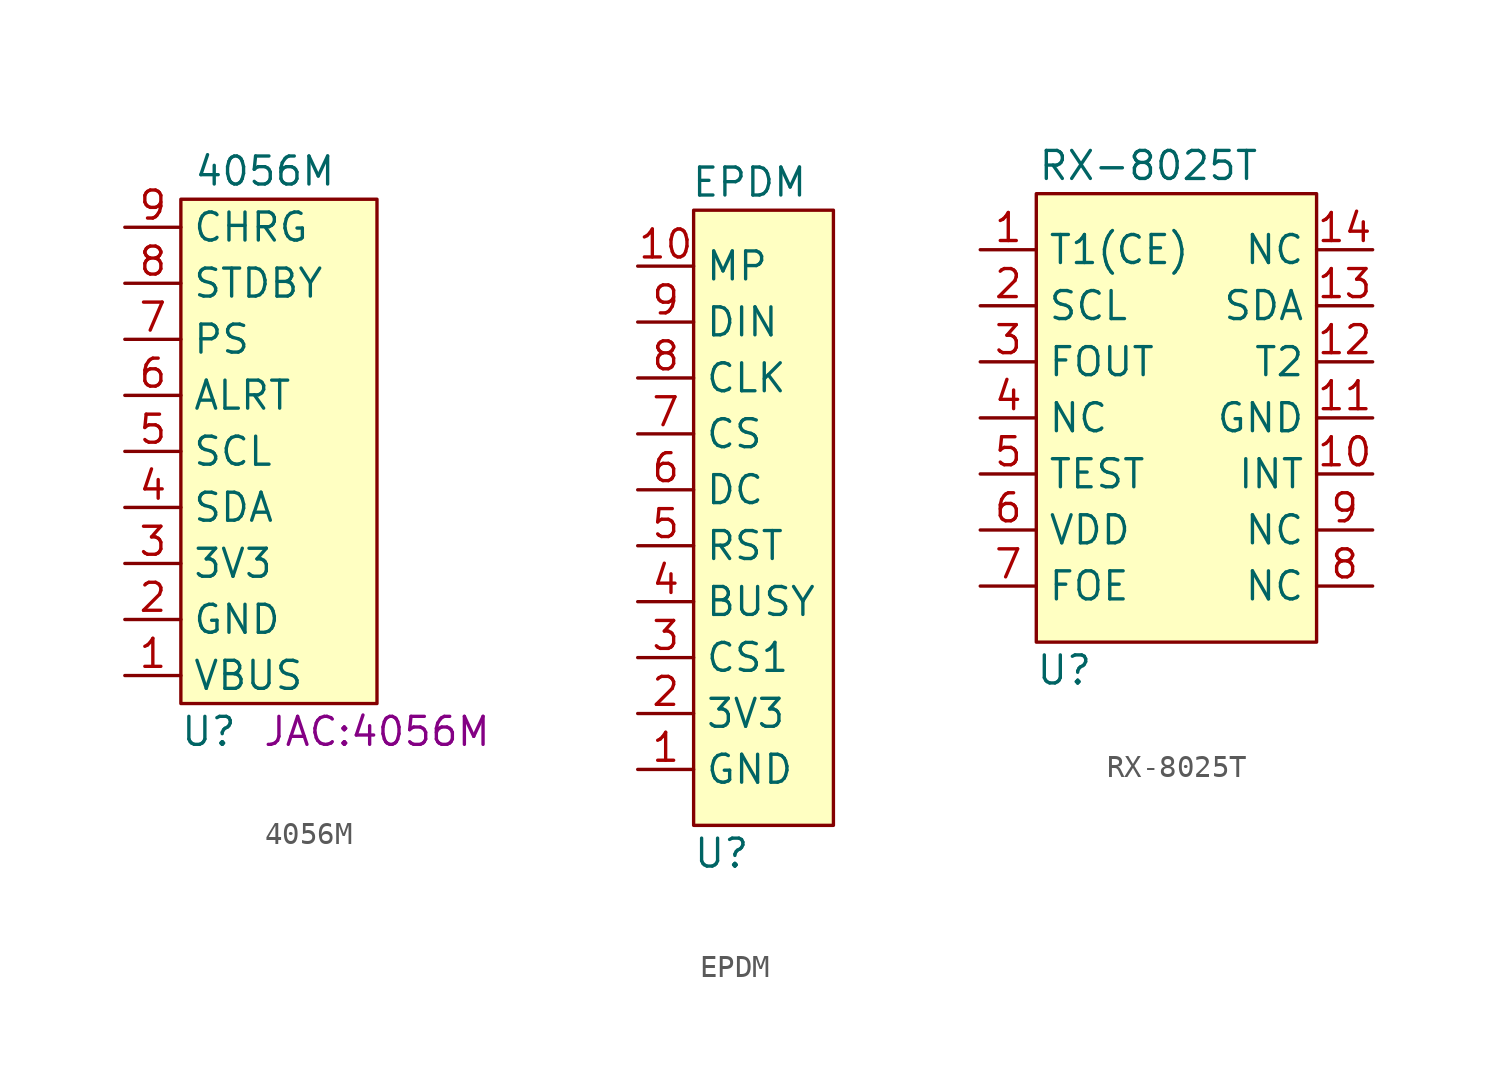
<source format=kicad_sym>
(kicad_symbol_lib
  (version 20211014)
  (generator kicad_symbol_editor)
  (symbol "4056M"
    (property "Reference" "U"
      (at 2.54 -10.16 0)
      (effects (font (size 1.27 1.27))))
    (property "Value" "4056M"
      (at 5.08 15.24 0)
      (effects (font (size 1.27 1.27))))
    (property "Footprint" "JAC:4056M"
      (at 10.16 -10.16 0)
      (effects (font (size 1.27 1.27))))
    (symbol "4056M_0_1"
      (rectangle (start 1.27 13.97) (end 10.16 -8.89) (stroke (width 0) (type default) (color 0 0 0 0)) (fill (type background))))
    (symbol "4056M_1_1"
      (pin free line (at -1.27 -7.62 0) (length 2.54) (name "VBUS" (effects (font (size 1.27 1.27)))) (number "1" (effects (font (size 1.27 1.27)))))
      (pin free line (at -1.27 -5.08 0) (length 2.54) (name "GND" (effects (font (size 1.27 1.27)))) (number "2" (effects (font (size 1.27 1.27)))))
      (pin free line (at -1.27 -2.54 0) (length 2.54) (name "3V3" (effects (font (size 1.27 1.27)))) (number "3" (effects (font (size 1.27 1.27)))))
      (pin free line (at -1.27 0 0) (length 2.54) (name "SDA" (effects (font (size 1.27 1.27)))) (number "4" (effects (font (size 1.27 1.27)))))
      (pin free line (at -1.27 2.54 0) (length 2.54) (name "SCL" (effects (font (size 1.27 1.27)))) (number "5" (effects (font (size 1.27 1.27)))))
      (pin free line (at -1.27 5.08 0) (length 2.54) (name "ALRT" (effects (font (size 1.27 1.27)))) (number "6" (effects (font (size 1.27 1.27)))))
      (pin free line (at -1.27 7.62 0) (length 2.54) (name "PS" (effects (font (size 1.27 1.27)))) (number "7" (effects (font (size 1.27 1.27)))))
      (pin free line (at -1.27 10.16 0) (length 2.54) (name "STDBY" (effects (font (size 1.27 1.27)))) (number "8" (effects (font (size 1.27 1.27)))))
      (pin free line (at -1.27 12.7 0) (length 2.54) (name "CHRG" (effects (font (size 1.27 1.27)))) (number "9" (effects (font (size 1.27 1.27)))))))
  (symbol "EPDM"
    (property "Reference" "U"
      (at 3.81 -15.24 0)
      (effects (font (size 1.27 1.27))))
    (property "Value" "EPDM"
      (at 5.08 15.24 0)
      (effects (font (size 1.27 1.27))))
    (symbol "EPDM_0_1"
      (rectangle (start 2.54 13.97) (end 8.89 -13.97) (stroke (width 0) (type default) (color 0 0 0 0)) (fill (type background))))
    (symbol "EPDM_1_1"
      (pin free line (at 0 -11.43 0) (length 2.54) (name "GND" (effects (font (size 1.27 1.27)))) (number "1" (effects (font (size 1.27 1.27)))))
      (pin free line (at 0 11.43 0) (length 2.54) (name "MP" (effects (font (size 1.27 1.27)))) (number "10" (effects (font (size 1.27 1.27)))))
      (pin free line (at 0 -8.89 0) (length 2.54) (name "3V3" (effects (font (size 1.27 1.27)))) (number "2" (effects (font (size 1.27 1.27)))))
      (pin free line (at 0 -6.35 0) (length 2.54) (name "CS1" (effects (font (size 1.27 1.27)))) (number "3" (effects (font (size 1.27 1.27)))))
      (pin free line (at 0 -3.81 0) (length 2.54) (name "BUSY" (effects (font (size 1.27 1.27)))) (number "4" (effects (font (size 1.27 1.27)))))
      (pin free line (at 0 -1.27 0) (length 2.54) (name "RST" (effects (font (size 1.27 1.27)))) (number "5" (effects (font (size 1.27 1.27)))))
      (pin free line (at 0 1.27 0) (length 2.54) (name "DC" (effects (font (size 1.27 1.27)))) (number "6" (effects (font (size 1.27 1.27)))))
      (pin free line (at 0 3.81 0) (length 2.54) (name "CS" (effects (font (size 1.27 1.27)))) (number "7" (effects (font (size 1.27 1.27)))))
      (pin free line (at 0 6.35 0) (length 2.54) (name "CLK" (effects (font (size 1.27 1.27)))) (number "8" (effects (font (size 1.27 1.27)))))
      (pin free line (at 0 8.89 0) (length 2.54) (name "DIN" (effects (font (size 1.27 1.27)))) (number "9" (effects (font (size 1.27 1.27)))))))
  (symbol "RX-8025T"
    (property "Reference" "U"
      (at -5.08 -11.43 0)
      (effects (font (size 1.27 1.27))))
    (property "Value" "RX-8025T"
      (at -1.27 11.43 0)
      (effects (font (size 1.27 1.27))))
    (symbol "RX-8025T_0_1"
      (rectangle (start -6.35 10.16) (end 6.35 -10.16) (stroke (width 0) (type default) (color 0 0 0 0)) (fill (type background))))
    (symbol "RX-8025T_1_1"
      (pin free line (at -8.89 7.62 0) (length 2.54) (name "T1(CE)" (effects (font (size 1.27 1.27)))) (number "1" (effects (font (size 1.27 1.27)))))
      (pin free line (at 8.89 -2.54 180) (length 2.54) (name "INT" (effects (font (size 1.27 1.27)))) (number "10" (effects (font (size 1.27 1.27)))))
      (pin free line (at 8.89 0 180) (length 2.54) (name "GND" (effects (font (size 1.27 1.27)))) (number "11" (effects (font (size 1.27 1.27)))))
      (pin free line (at 8.89 2.54 180) (length 2.54) (name "T2" (effects (font (size 1.27 1.27)))) (number "12" (effects (font (size 1.27 1.27)))))
      (pin free line (at 8.89 5.08 180) (length 2.54) (name "SDA" (effects (font (size 1.27 1.27)))) (number "13" (effects (font (size 1.27 1.27)))))
      (pin free line (at 8.89 7.62 180) (length 2.54) (name "NC" (effects (font (size 1.27 1.27)))) (number "14" (effects (font (size 1.27 1.27)))))
      (pin free line (at -8.89 5.08 0) (length 2.54) (name "SCL" (effects (font (size 1.27 1.27)))) (number "2" (effects (font (size 1.27 1.27)))))
      (pin free line (at -8.89 2.54 0) (length 2.54) (name "FOUT" (effects (font (size 1.27 1.27)))) (number "3" (effects (font (size 1.27 1.27)))))
      (pin free line (at -8.89 0 0) (length 2.54) (name "NC" (effects (font (size 1.27 1.27)))) (number "4" (effects (font (size 1.27 1.27)))))
      (pin free line (at -8.89 -2.54 0) (length 2.54) (name "TEST" (effects (font (size 1.27 1.27)))) (number "5" (effects (font (size 1.27 1.27)))))
      (pin free line (at -8.89 -5.08 0) (length 2.54) (name "VDD" (effects (font (size 1.27 1.27)))) (number "6" (effects (font (size 1.27 1.27)))))
      (pin free line (at -8.89 -7.62 0) (length 2.54) (name "FOE" (effects (font (size 1.27 1.27)))) (number "7" (effects (font (size 1.27 1.27)))))
      (pin free line (at 8.89 -7.62 180) (length 2.54) (name "NC" (effects (font (size 1.27 1.27)))) (number "8" (effects (font (size 1.27 1.27)))))
      (pin free line (at 8.89 -5.08 180) (length 2.54) (name "NC" (effects (font (size 1.27 1.27)))) (number "9" (effects (font (size 1.27 1.27))))))))
</source>
